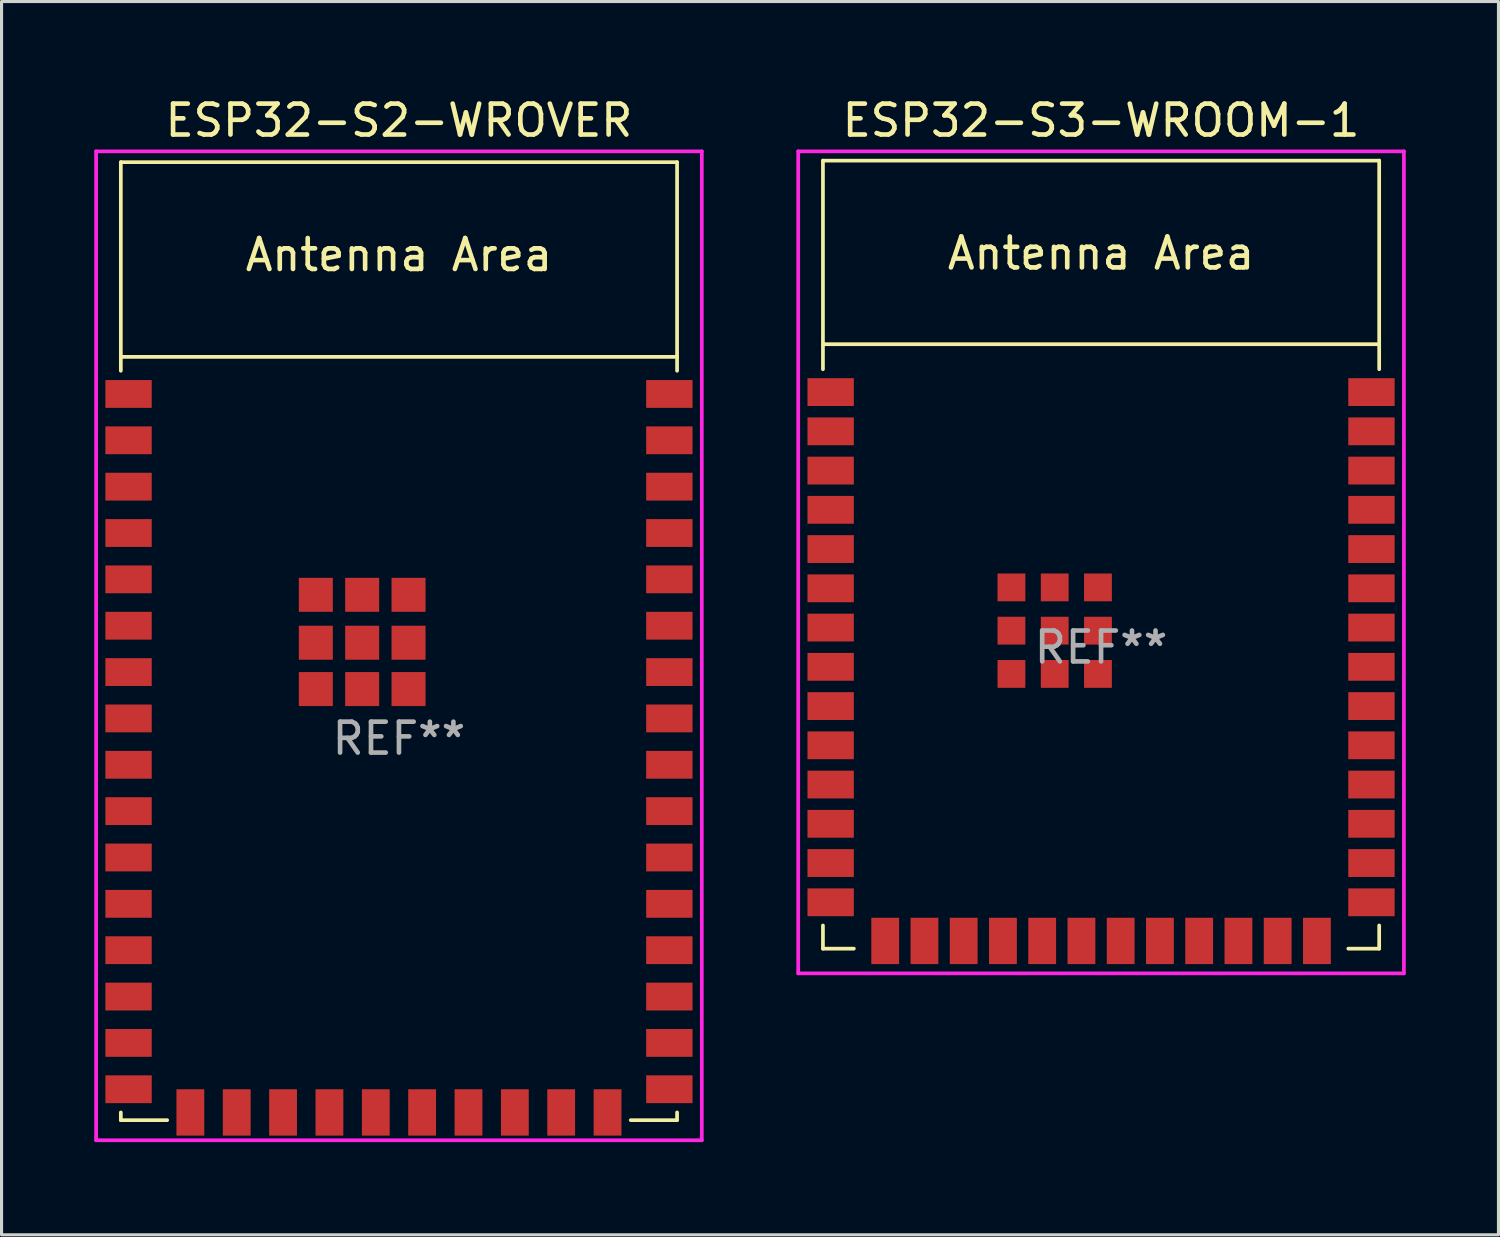
<source format=kicad_pcb>
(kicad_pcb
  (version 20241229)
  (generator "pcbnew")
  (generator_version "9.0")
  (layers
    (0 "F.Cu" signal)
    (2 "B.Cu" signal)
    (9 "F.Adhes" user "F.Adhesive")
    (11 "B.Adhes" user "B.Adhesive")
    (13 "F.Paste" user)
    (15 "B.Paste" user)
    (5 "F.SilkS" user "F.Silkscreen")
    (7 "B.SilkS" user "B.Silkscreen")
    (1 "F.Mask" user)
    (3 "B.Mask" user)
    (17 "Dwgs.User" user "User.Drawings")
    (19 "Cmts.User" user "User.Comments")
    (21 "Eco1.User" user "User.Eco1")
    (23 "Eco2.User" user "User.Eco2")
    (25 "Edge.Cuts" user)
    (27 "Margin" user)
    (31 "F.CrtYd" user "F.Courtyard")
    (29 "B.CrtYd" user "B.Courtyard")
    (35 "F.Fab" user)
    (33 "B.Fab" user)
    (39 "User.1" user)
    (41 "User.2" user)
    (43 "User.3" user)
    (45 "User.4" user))
  (footprint "ESP32-S2-WROVER"
    (layer "F.Cu")
    (at 9.86 20.848)
    (property "Reference" "ESP32-S2-WROVER" (at 0 -20 0) (layer "F.SilkS") (effects (font (size 1 1) (thickness 0.15))))
    (attr smd)
    (fp_line (start -9 -18.65) (end -9 -11.9) (stroke (width 0.12) (type solid)) (layer "F.SilkS"))
    (fp_line (start -9 -18.65) (end 9 -18.65) (stroke (width 0.12) (type solid)) (layer "F.SilkS"))
    (fp_line (start -9 12.35) (end -9 12.1) (stroke (width 0.12) (type solid)) (layer "F.SilkS"))
    (fp_line (start -9 12.35) (end -7.5 12.35) (stroke (width 0.12) (type solid)) (layer "F.SilkS"))
    (fp_line (start 9 -18.65) (end 9 -11.9) (stroke (width 0.12) (type solid)) (layer "F.SilkS"))
    (fp_line (start 9 -12.35) (end -9 -12.35) (stroke (width 0.12) (type solid)) (layer "F.SilkS"))
    (fp_line (start 9 12.35) (end 7.5 12.35) (stroke (width 0.12) (type solid)) (layer "F.SilkS"))
    (fp_line (start 9 12.35) (end 9 12.1) (stroke (width 0.12) (type solid)) (layer "F.SilkS"))
    (fp_line (start -9 -18.65) (end 9 -18.65) (stroke (width 0.12) (type solid)) (layer "Eco2.User"))
    (fp_line (start -9 -12.35) (end 9 -12.35) (stroke (width 0.12) (type solid)) (layer "Eco2.User"))
    (fp_line (start -9 12.35) (end -9 -18.65) (stroke (width 0.12) (type solid)) (layer "Eco2.User"))
    (fp_line (start 9 -18.65) (end 9 12.35) (stroke (width 0.12) (type solid)) (layer "Eco2.User"))
    (fp_line (start 9 12.35) (end -9 12.35) (stroke (width 0.12) (type solid)) (layer "Eco2.User"))
    (fp_line (start -9.8 -19) (end -9.8 13) (stroke (width 0.12) (type solid)) (layer "F.CrtYd"))
    (fp_line (start -9.8 -19) (end 9.8 -19) (stroke (width 0.12) (type solid)) (layer "F.CrtYd"))
    (fp_line (start -9.8 13) (end 9.8 13) (stroke (width 0.12) (type solid)) (layer "F.CrtYd"))
    (fp_line (start 9.8 -19) (end 9.8 13) (stroke (width 0.12) (type solid)) (layer "F.CrtYd"))
    (fp_text user "Antenna Area" (at 0 -15.65 0) (layer "F.SilkS") (effects (font (size 1 1) (thickness 0.15))))
    (fp_text user "Antenna Area" (at 0 -15.65 0) (layer "Eco2.User") (effects (font (size 1 1) (thickness 0.15))))
    (fp_text user "REF**" (at 0 0 0) (layer "F.Fab") (effects (font (size 1 1) (thickness 0.15))))
    (pad "1" smd rect (at -8.75 -11.15) (size 1.5 0.9) (layers "F.Cu" "F.Mask" "F.Paste"))
    (pad "2" smd rect (at -8.75 -9.65) (size 1.5 0.9) (layers "F.Cu" "F.Mask" "F.Paste"))
    (pad "3" smd rect (at -8.75 -8.15) (size 1.5 0.9) (layers "F.Cu" "F.Mask" "F.Paste"))
    (pad "4" smd rect (at -8.75 -6.65) (size 1.5 0.9) (layers "F.Cu" "F.Mask" "F.Paste"))
    (pad "5" smd rect (at -8.75 -5.15) (size 1.5 0.9) (layers "F.Cu" "F.Mask" "F.Paste"))
    (pad "6" smd rect (at -8.75 -3.65) (size 1.5 0.9) (layers "F.Cu" "F.Mask" "F.Paste"))
    (pad "7" smd rect (at -8.75 -2.15) (size 1.5 0.9) (layers "F.Cu" "F.Mask" "F.Paste"))
    (pad "8" smd rect (at -8.75 -0.65) (size 1.5 0.9) (layers "F.Cu" "F.Mask" "F.Paste"))
    (pad "9" smd rect (at -8.75 0.85) (size 1.5 0.9) (layers "F.Cu" "F.Mask" "F.Paste"))
    (pad "10" smd rect (at -8.75 2.35) (size 1.5 0.9) (layers "F.Cu" "F.Mask" "F.Paste"))
    (pad "11" smd rect (at -8.75 3.85) (size 1.5 0.9) (layers "F.Cu" "F.Mask" "F.Paste"))
    (pad "12" smd rect (at -8.75 5.35) (size 1.5 0.9) (layers "F.Cu" "F.Mask" "F.Paste"))
    (pad "13" smd rect (at -8.75 6.85) (size 1.5 0.9) (layers "F.Cu" "F.Mask" "F.Paste"))
    (pad "14" smd rect (at -8.75 8.35) (size 1.5 0.9) (layers "F.Cu" "F.Mask" "F.Paste"))
    (pad "15" smd rect (at -8.75 9.85) (size 1.5 0.9) (layers "F.Cu" "F.Mask" "F.Paste"))
    (pad "16" smd rect (at -8.75 11.35) (size 1.5 0.9) (layers "F.Cu" "F.Mask" "F.Paste"))
    (pad "17" smd rect (at -6.75 12.1 90) (size 1.5 0.9) (layers "F.Cu" "F.Mask" "F.Paste"))
    (pad "18" smd rect (at -5.25 12.1 90) (size 1.5 0.9) (layers "F.Cu" "F.Mask" "F.Paste"))
    (pad "19" smd rect (at -3.75 12.1 90) (size 1.5 0.9) (layers "F.Cu" "F.Mask" "F.Paste"))
    (pad "20" smd rect (at -2.25 12.1 90) (size 1.5 0.9) (layers "F.Cu" "F.Mask" "F.Paste"))
    (pad "21" smd rect (at -0.75 12.1 90) (size 1.5 0.9) (layers "F.Cu" "F.Mask" "F.Paste"))
    (pad "22" smd rect (at 0.75 12.1 90) (size 1.5 0.9) (layers "F.Cu" "F.Mask" "F.Paste"))
    (pad "23" smd rect (at 2.25 12.1 90) (size 1.5 0.9) (layers "F.Cu" "F.Mask" "F.Paste"))
    (pad "24" smd rect (at 3.75 12.1 90) (size 1.5 0.9) (layers "F.Cu" "F.Mask" "F.Paste"))
    (pad "25" smd rect (at 5.25 12.1 90) (size 1.5 0.9) (layers "F.Cu" "F.Mask" "F.Paste"))
    (pad "26" smd rect (at 6.75 12.1 90) (size 1.5 0.9) (layers "F.Cu" "F.Mask" "F.Paste"))
    (pad "27" smd rect (at 8.75 11.35 180) (size 1.5 0.9) (layers "F.Cu" "F.Mask" "F.Paste"))
    (pad "28" smd rect (at 8.75 9.85 180) (size 1.5 0.9) (layers "F.Cu" "F.Mask" "F.Paste"))
    (pad "29" smd rect (at 8.75 8.35 180) (size 1.5 0.9) (layers "F.Cu" "F.Mask" "F.Paste"))
    (pad "30" smd rect (at 8.75 6.85 180) (size 1.5 0.9) (layers "F.Cu" "F.Mask" "F.Paste"))
    (pad "31" smd rect (at 8.75 5.35 180) (size 1.5 0.9) (layers "F.Cu" "F.Mask" "F.Paste"))
    (pad "32" smd rect (at 8.75 3.85 180) (size 1.5 0.9) (layers "F.Cu" "F.Mask" "F.Paste"))
    (pad "33" smd rect (at 8.75 2.35 180) (size 1.5 0.9) (layers "F.Cu" "F.Mask" "F.Paste"))
    (pad "34" smd rect (at 8.75 0.85 180) (size 1.5 0.9) (layers "F.Cu" "F.Mask" "F.Paste"))
    (pad "35" smd rect (at 8.75 -0.65 180) (size 1.5 0.9) (layers "F.Cu" "F.Mask" "F.Paste"))
    (pad "36" smd rect (at 8.75 -2.15 180) (size 1.5 0.9) (layers "F.Cu" "F.Mask" "F.Paste"))
    (pad "37" smd rect (at 8.75 -3.65 180) (size 1.5 0.9) (layers "F.Cu" "F.Mask" "F.Paste"))
    (pad "38" smd rect (at 8.75 -5.15 180) (size 1.5 0.9) (layers "F.Cu" "F.Mask" "F.Paste"))
    (pad "39" smd rect (at 8.75 -6.65 180) (size 1.5 0.9) (layers "F.Cu" "F.Mask" "F.Paste"))
    (pad "40" smd rect (at 8.75 -8.15 180) (size 1.5 0.9) (layers "F.Cu" "F.Mask" "F.Paste"))
    (pad "41" smd rect (at 8.75 -9.65 180) (size 1.5 0.9) (layers "F.Cu" "F.Mask" "F.Paste"))
    (pad "42" smd rect (at 8.75 -11.15 180) (size 1.5 0.9) (layers "F.Cu" "F.Mask" "F.Paste"))
    (pad "43" smd rect (at -2.69 -4.65 180) (size 1.1 1.1) (layers "F.Cu" "F.Mask" "F.Paste"))
    (pad "43" smd rect (at -2.69 -3.1 180) (size 1.1 1.1) (layers "F.Cu" "F.Mask" "F.Paste"))
    (pad "43" smd rect (at -2.69 -1.6 180) (size 1.1 1.1) (layers "F.Cu" "F.Mask" "F.Paste"))
    (pad "43" smd rect (at -1.19 -4.65 180) (size 1.1 1.1) (layers "F.Cu" "F.Mask" "F.Paste"))
    (pad "43" smd rect (at -1.19 -3.1 180) (size 1.1 1.1) (layers "F.Cu" "F.Mask" "F.Paste"))
    (pad "43" smd rect (at -1.19 -1.6 180) (size 1.1 1.1) (layers "F.Cu" "F.Mask" "F.Paste"))
    (pad "43" smd rect (at 0.31 -4.65 180) (size 1.1 1.1) (layers "F.Cu" "F.Mask" "F.Paste"))
    (pad "43" smd rect (at 0.31 -3.1 180) (size 1.1 1.1) (layers "F.Cu" "F.Mask" "F.Paste"))
    (pad "43" smd rect (at 0.31 -1.6 180) (size 1.1 1.1) (layers "F.Cu" "F.Mask" "F.Paste")))
  (footprint "ESP32-S3-WROOM-1"
    (layer "F.Cu")
    (at 32.58 17.898)
    (property "Reference" "ESP32-S3-WROOM-1" (at 0 -17.05 0) (layer "F.SilkS") (effects (font (size 1 1) (thickness 0.15))))
    (attr smd)
    (fp_line (start -9 -15.75) (end -9 -9) (stroke (width 0.12) (type solid)) (layer "F.SilkS"))
    (fp_line (start -9 -15.75) (end 9 -15.75) (stroke (width 0.12) (type solid)) (layer "F.SilkS"))
    (fp_line (start -9 9) (end -9 9.75) (stroke (width 0.12) (type solid)) (layer "F.SilkS"))
    (fp_line (start -9 9.75) (end -8 9.75) (stroke (width 0.12) (type solid)) (layer "F.SilkS"))
    (fp_line (start 9 -15.75) (end 9 -9) (stroke (width 0.12) (type solid)) (layer "F.SilkS"))
    (fp_line (start 9 -9.81) (end -9 -9.81) (stroke (width 0.12) (type solid)) (layer "F.SilkS"))
    (fp_line (start 9 9) (end 9 9.75) (stroke (width 0.12) (type solid)) (layer "F.SilkS"))
    (fp_line (start 9 9.75) (end 8 9.75) (stroke (width 0.12) (type solid)) (layer "F.SilkS"))
    (fp_line (start -9 -15.75) (end 9 -15.75) (stroke (width 0.12) (type solid)) (layer "Eco2.User"))
    (fp_line (start -9 -9.81) (end 9 -9.81) (stroke (width 0.12) (type solid)) (layer "Eco2.User"))
    (fp_line (start -9 9.75) (end -9 -15.75) (stroke (width 0.12) (type solid)) (layer "Eco2.User"))
    (fp_line (start 9 -15.75) (end 9 9.75) (stroke (width 0.12) (type solid)) (layer "Eco2.User"))
    (fp_line (start 9 9.75) (end -9 9.75) (stroke (width 0.12) (type solid)) (layer "Eco2.User"))
    (fp_line (start -9.8 -16.05) (end -9.8 10.55) (stroke (width 0.12) (type solid)) (layer "F.CrtYd"))
    (fp_line (start -9.8 10.55) (end 9.8 10.55) (stroke (width 0.12) (type solid)) (layer "F.CrtYd"))
    (fp_line (start 9.8 -16.05) (end -9.8 -16.05) (stroke (width 0.12) (type solid)) (layer "F.CrtYd"))
    (fp_line (start 9.8 -16.05) (end 9.8 10.55) (stroke (width 0.12) (type solid)) (layer "F.CrtYd"))
    (fp_text user "Antenna Area" (at 0 -12.75 0) (layer "F.SilkS") (effects (font (size 1 1) (thickness 0.15))))
    (fp_text user "Antenna Area" (at 0 -12.75 0) (layer "Eco2.User") (effects (font (size 1 1) (thickness 0.15))))
    (fp_text user "REF**" (at 0 0 0) (layer "F.Fab") (effects (font (size 1 1) (thickness 0.15))))
    (pad "1" smd rect (at -8.75 -8.26) (size 1.5 0.9) (layers "F.Cu" "F.Mask" "F.Paste"))
    (pad "2" smd rect (at -8.75 -6.99) (size 1.5 0.9) (layers "F.Cu" "F.Mask" "F.Paste"))
    (pad "3" smd rect (at -8.75 -5.72) (size 1.5 0.9) (layers "F.Cu" "F.Mask" "F.Paste"))
    (pad "4" smd rect (at -8.75 -4.45) (size 1.5 0.9) (layers "F.Cu" "F.Mask" "F.Paste"))
    (pad "5" smd rect (at -8.75 -3.18) (size 1.5 0.9) (layers "F.Cu" "F.Mask" "F.Paste"))
    (pad "6" smd rect (at -8.75 -1.91) (size 1.5 0.9) (layers "F.Cu" "F.Mask" "F.Paste"))
    (pad "7" smd rect (at -8.75 -0.64) (size 1.5 0.9) (layers "F.Cu" "F.Mask" "F.Paste"))
    (pad "8" smd rect (at -8.75 0.63) (size 1.5 0.9) (layers "F.Cu" "F.Mask" "F.Paste"))
    (pad "9" smd rect (at -8.75 1.9) (size 1.5 0.9) (layers "F.Cu" "F.Mask" "F.Paste"))
    (pad "10" smd rect (at -8.75 3.17) (size 1.5 0.9) (layers "F.Cu" "F.Mask" "F.Paste"))
    (pad "11" smd rect (at -8.75 4.44) (size 1.5 0.9) (layers "F.Cu" "F.Mask" "F.Paste"))
    (pad "12" smd rect (at -8.75 5.71) (size 1.5 0.9) (layers "F.Cu" "F.Mask" "F.Paste"))
    (pad "13" smd rect (at -8.75 6.98) (size 1.5 0.9) (layers "F.Cu" "F.Mask" "F.Paste"))
    (pad "14" smd rect (at -8.75 8.25) (size 1.5 0.9) (layers "F.Cu" "F.Mask" "F.Paste"))
    (pad "15" smd rect (at -6.985 9.5 90) (size 1.5 0.9) (layers "F.Cu" "F.Mask" "F.Paste"))
    (pad "16" smd rect (at -5.715 9.5 90) (size 1.5 0.9) (layers "F.Cu" "F.Mask" "F.Paste"))
    (pad "17" smd rect (at -4.445 9.5 90) (size 1.5 0.9) (layers "F.Cu" "F.Mask" "F.Paste"))
    (pad "18" smd rect (at -3.175 9.5 90) (size 1.5 0.9) (layers "F.Cu" "F.Mask" "F.Paste"))
    (pad "19" smd rect (at -1.905 9.5 90) (size 1.5 0.9) (layers "F.Cu" "F.Mask" "F.Paste"))
    (pad "20" smd rect (at -0.635 9.5 90) (size 1.5 0.9) (layers "F.Cu" "F.Mask" "F.Paste"))
    (pad "21" smd rect (at 0.635 9.5 90) (size 1.5 0.9) (layers "F.Cu" "F.Mask" "F.Paste"))
    (pad "22" smd rect (at 1.905 9.5 90) (size 1.5 0.9) (layers "F.Cu" "F.Mask" "F.Paste"))
    (pad "23" smd rect (at 3.175 9.5 90) (size 1.5 0.9) (layers "F.Cu" "F.Mask" "F.Paste"))
    (pad "24" smd rect (at 4.445 9.5 90) (size 1.5 0.9) (layers "F.Cu" "F.Mask" "F.Paste"))
    (pad "25" smd rect (at 5.715 9.5 90) (size 1.5 0.9) (layers "F.Cu" "F.Mask" "F.Paste"))
    (pad "26" smd rect (at 6.985 9.5 90) (size 1.5 0.9) (layers "F.Cu" "F.Mask" "F.Paste"))
    (pad "27" smd rect (at 8.75 8.25 180) (size 1.5 0.9) (layers "F.Cu" "F.Mask" "F.Paste"))
    (pad "28" smd rect (at 8.75 6.98 180) (size 1.5 0.9) (layers "F.Cu" "F.Mask" "F.Paste"))
    (pad "29" smd rect (at 8.75 5.71 180) (size 1.5 0.9) (layers "F.Cu" "F.Mask" "F.Paste"))
    (pad "30" smd rect (at 8.75 4.44 180) (size 1.5 0.9) (layers "F.Cu" "F.Mask" "F.Paste"))
    (pad "31" smd rect (at 8.75 3.17 180) (size 1.5 0.9) (layers "F.Cu" "F.Mask" "F.Paste"))
    (pad "32" smd rect (at 8.75 1.9 180) (size 1.5 0.9) (layers "F.Cu" "F.Mask" "F.Paste"))
    (pad "33" smd rect (at 8.75 0.63 180) (size 1.5 0.9) (layers "F.Cu" "F.Mask" "F.Paste"))
    (pad "34" smd rect (at 8.75 -0.64 180) (size 1.5 0.9) (layers "F.Cu" "F.Mask" "F.Paste"))
    (pad "35" smd rect (at 8.75 -1.91 180) (size 1.5 0.9) (layers "F.Cu" "F.Mask" "F.Paste"))
    (pad "36" smd rect (at 8.75 -3.18 180) (size 1.5 0.9) (layers "F.Cu" "F.Mask" "F.Paste"))
    (pad "37" smd rect (at 8.75 -4.45 180) (size 1.5 0.9) (layers "F.Cu" "F.Mask" "F.Paste"))
    (pad "38" smd rect (at 8.75 -5.72 180) (size 1.5 0.9) (layers "F.Cu" "F.Mask" "F.Paste"))
    (pad "39" smd rect (at 8.75 -6.99 180) (size 1.5 0.9) (layers "F.Cu" "F.Mask" "F.Paste"))
    (pad "40" smd rect (at 8.75 -8.26 180) (size 1.5 0.9) (layers "F.Cu" "F.Mask" "F.Paste"))
    (pad "41" smd rect (at -2.9 -1.94 180) (size 0.9 0.9) (layers "F.Cu" "F.Mask" "F.Paste"))
    (pad "41" smd rect (at -2.9 -0.54 180) (size 0.9 0.9) (layers "F.Cu" "F.Mask" "F.Paste"))
    (pad "41" smd rect (at -2.9 0.86 180) (size 0.9 0.9) (layers "F.Cu" "F.Mask" "F.Paste"))
    (pad "41" smd rect (at -1.5 -1.94 180) (size 0.9 0.9) (layers "F.Cu" "F.Mask" "F.Paste"))
    (pad "41" smd rect (at -1.5 -0.54 180) (size 0.9 0.9) (layers "F.Cu" "F.Mask" "F.Paste"))
    (pad "41" smd rect (at -1.5 0.86 180) (size 0.9 0.9) (layers "F.Cu" "F.Mask" "F.Paste"))
    (pad "41" smd rect (at -0.1 -1.94 180) (size 0.9 0.9) (layers "F.Cu" "F.Mask" "F.Paste"))
    (pad "41" smd rect (at -0.1 -0.54 180) (size 0.9 0.9) (layers "F.Cu" "F.Mask" "F.Paste"))
    (pad "41" smd rect (at -0.1 0.86 180) (size 0.9 0.9) (layers "F.Cu" "F.Mask" "F.Paste")))
  (gr_rect
    (start -3 -3)
    (end 45.44 36.908)
    (stroke (width 0.1) (type default))
    (fill no)
    (layer "Edge.Cuts")))
</source>
